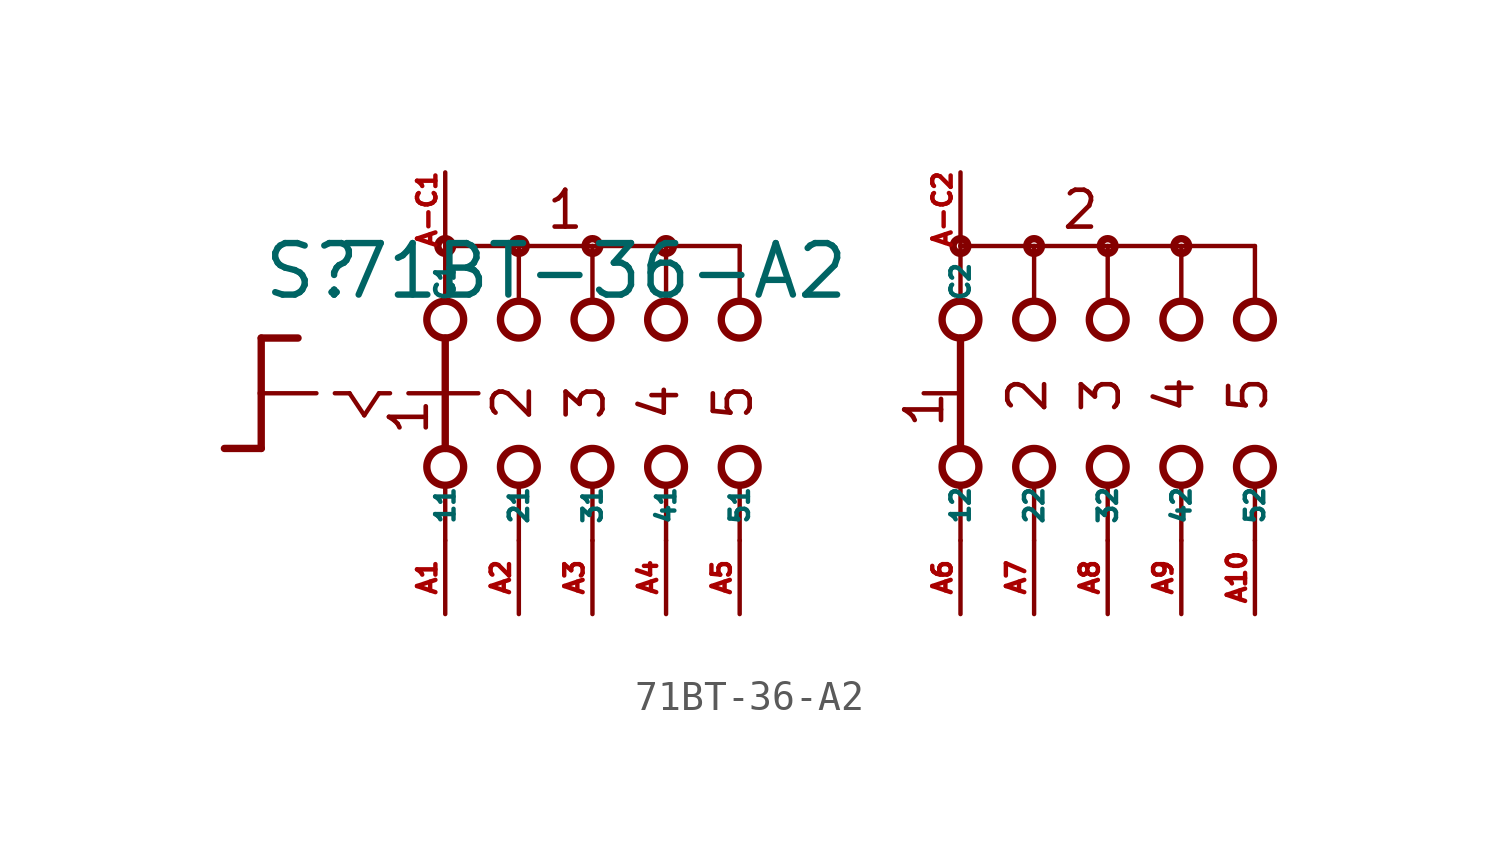
<source format=kicad_sym>
(kicad_symbol_lib
  (version 20220914)
  (generator Eagle2Kicad)
  (symbol "71BT-36-A2"
    (property "Reference" "S"
      (at -19.05 3.175 0)
      (effects (font (size 1.778 1.778) (thickness 0.22)) (justify left bottom)))
    (property "Value" "71BT-36-A2"
      (at -16.51 3.175 0)
      (effects (font (size 1.778 1.778) (thickness 0.22)) (justify left bottom)))
    (polyline
      (pts (xy -19.05 1.905) (xy -17.78 1.905))
      (stroke (width 0.254) (type default))
      (fill (type none)))
    (polyline
      (pts (xy -19.05 1.905) (xy -19.05 0))
      (stroke (width 0.254) (type default))
      (fill (type none)))
    (polyline
      (pts (xy -19.05 -1.905) (xy -20.32 -1.905))
      (stroke (width 0.254) (type default))
      (fill (type none)))
    (polyline
      (pts (xy -19.05 0) (xy -17.145 0))
      (stroke (width 0.152) (type default))
      (fill (type none)))
    (polyline
      (pts (xy -19.05 0) (xy -19.05 -1.905))
      (stroke (width 0.254) (type default))
      (fill (type none)))
    (polyline
      (pts (xy -16.51 0) (xy -16.002 0))
      (stroke (width 0.152) (type default))
      (fill (type none)))
    (polyline
      (pts (xy -14.986 0) (xy -14.605 0))
      (stroke (width 0.152) (type default))
      (fill (type none)))
    (polyline
      (pts (xy -16.002 0) (xy -15.494 -0.762))
      (stroke (width 0.152) (type default))
      (fill (type none)))
    (polyline
      (pts (xy -15.494 -0.762) (xy -14.986 0))
      (stroke (width 0.152) (type default))
      (fill (type none)))
    (polyline
      (pts (xy -10.16 3.175) (xy -10.16 5.08))
      (stroke (width 0.152) (type default))
      (fill (type none)))
    (polyline
      (pts (xy -7.62 3.175) (xy -7.62 5.08))
      (stroke (width 0.152) (type default))
      (fill (type none)))
    (polyline
      (pts (xy -5.08 3.175) (xy -5.08 5.08))
      (stroke (width 0.152) (type default))
      (fill (type none)))
    (polyline
      (pts (xy -7.62 5.08) (xy -10.16 5.08))
      (stroke (width 0.152) (type default))
      (fill (type none)))
    (polyline
      (pts (xy -7.62 5.08) (xy -5.08 5.08))
      (stroke (width 0.152) (type default))
      (fill (type none)))
    (polyline
      (pts (xy -2.54 3.175) (xy -2.54 5.08))
      (stroke (width 0.152) (type default))
      (fill (type none)))
    (polyline
      (pts (xy -5.08 5.08) (xy -2.54 5.08))
      (stroke (width 0.152) (type default))
      (fill (type none)))
    (polyline
      (pts (xy -12.7 5.08) (xy -12.7 3.175))
      (stroke (width 0.152) (type default))
      (fill (type none)))
    (polyline
      (pts (xy -10.16 5.08) (xy -12.7 5.08))
      (stroke (width 0.152) (type default))
      (fill (type none)))
    (polyline
      (pts (xy 5.08 3.175) (xy 5.08 5.08))
      (stroke (width 0.152) (type default))
      (fill (type none)))
    (polyline
      (pts (xy 5.08 -5.08) (xy 5.08 -3.175))
      (stroke (width 0.152) (type default))
      (fill (type none)))
    (polyline
      (pts (xy 7.62 3.175) (xy 7.62 5.08))
      (stroke (width 0.152) (type default))
      (fill (type none)))
    (polyline
      (pts (xy 10.16 3.175) (xy 10.16 5.08))
      (stroke (width 0.152) (type default))
      (fill (type none)))
    (polyline
      (pts (xy 12.7 3.175) (xy 12.7 5.08))
      (stroke (width 0.152) (type default))
      (fill (type none)))
    (polyline
      (pts (xy 15.24 3.175) (xy 15.24 5.08))
      (stroke (width 0.152) (type default))
      (fill (type none)))
    (polyline
      (pts (xy 5.08 5.08) (xy 7.62 5.08))
      (stroke (width 0.152) (type default))
      (fill (type none)))
    (polyline
      (pts (xy 7.62 5.08) (xy 10.16 5.08))
      (stroke (width 0.152) (type default))
      (fill (type none)))
    (polyline
      (pts (xy 10.16 5.08) (xy 12.7 5.08))
      (stroke (width 0.152) (type default))
      (fill (type none)))
    (polyline
      (pts (xy 12.7 5.08) (xy 15.24 5.08))
      (stroke (width 0.152) (type default))
      (fill (type none)))
    (polyline
      (pts (xy 7.62 -5.08) (xy 7.62 -3.175))
      (stroke (width 0.152) (type default))
      (fill (type none)))
    (polyline
      (pts (xy 10.16 -5.08) (xy 10.16 -3.175))
      (stroke (width 0.152) (type default))
      (fill (type none)))
    (polyline
      (pts (xy 12.7 -5.08) (xy 12.7 -3.175))
      (stroke (width 0.152) (type default))
      (fill (type none)))
    (polyline
      (pts (xy 15.24 -5.08) (xy 15.24 -3.175))
      (stroke (width 0.152) (type default))
      (fill (type none)))
    (polyline
      (pts (xy 5.08 1.905) (xy 5.08 -1.905))
      (stroke (width 0.254) (type default))
      (fill (type none)))
    (polyline
      (pts (xy 3.81 0) (xy 4.953 0))
      (stroke (width 0.152) (type default))
      (fill (type none)))
    (polyline
      (pts (xy -13.97 0) (xy -12.827 0))
      (stroke (width 0.152) (type default))
      (fill (type none)))
    (polyline
      (pts (xy -10.16 -5.08) (xy -10.16 -3.175))
      (stroke (width 0.152) (type default))
      (fill (type none)))
    (polyline
      (pts (xy -7.62 -5.08) (xy -7.62 -3.175))
      (stroke (width 0.152) (type default))
      (fill (type none)))
    (polyline
      (pts (xy -5.08 -5.08) (xy -5.08 -3.175))
      (stroke (width 0.152) (type default))
      (fill (type none)))
    (polyline
      (pts (xy -2.54 -5.08) (xy -2.54 -3.175))
      (stroke (width 0.152) (type default))
      (fill (type none)))
    (polyline
      (pts (xy -12.7 1.905) (xy -12.7 0))
      (stroke (width 0.254) (type default))
      (fill (type none)))
    (polyline
      (pts (xy -12.7 -3.175) (xy -12.7 -5.08))
      (stroke (width 0.152) (type default))
      (fill (type none)))
    (polyline
      (pts (xy -12.7 0) (xy -11.557 0))
      (stroke (width 0.152) (type default))
      (fill (type none)))
    (polyline
      (pts (xy -12.7 0) (xy -12.7 -1.905))
      (stroke (width 0.254) (type default))
      (fill (type none)))
    (text "2"
      (at 8.128 -0.762 900)
      (effects (font (size 1.27 1.27) (thickness 0.16)) (justify left bottom)))
    (text "3"
      (at 10.668 -0.762 900)
      (effects (font (size 1.27 1.27) (thickness 0.16)) (justify left bottom)))
    (text "4"
      (at 13.208 -0.762 900)
      (effects (font (size 1.27 1.27) (thickness 0.16)) (justify left bottom)))
    (text "5"
      (at 15.748 -0.762 900)
      (effects (font (size 1.27 1.27) (thickness 0.16)) (justify left bottom)))
    (text "1"
      (at 4.572 -1.27 900)
      (effects (font (size 1.27 1.27) (thickness 0.16)) (justify left bottom)))
    (text "1"
      (at -13.208 -1.524 900)
      (effects (font (size 1.27 1.27) (thickness 0.16)) (justify left bottom)))
    (text "2"
      (at -9.652 -1.016 900)
      (effects (font (size 1.27 1.27) (thickness 0.16)) (justify left bottom)))
    (text "3"
      (at -7.112 -1.016 900)
      (effects (font (size 1.27 1.27) (thickness 0.16)) (justify left bottom)))
    (text "4"
      (at -4.572 -1.016 900)
      (effects (font (size 1.27 1.27) (thickness 0.16)) (justify left bottom)))
    (text "5"
      (at -2.032 -1.016 900)
      (effects (font (size 1.27 1.27) (thickness 0.16)) (justify left bottom)))
    (text "1 "
      (at -9.271 5.588 0)
      (effects (font (size 1.27 1.27) (thickness 0.16)) (justify left bottom)))
    (text "2 "
      (at 8.509 5.588 0)
      (effects (font (size 1.27 1.27) (thickness 0.16)) (justify left bottom)))
    (circle
      (center -7.62 5.08)
      (radius 0.254)
      (stroke (width 0.254) (type default))
      (fill (type none)))
    (circle
      (center -5.08 5.08)
      (radius 0.254)
      (stroke (width 0.254) (type default))
      (fill (type none)))
    (circle
      (center -12.7 5.08)
      (radius 0.254)
      (stroke (width 0.254) (type default))
      (fill (type none)))
    (circle
      (center -10.16 5.08)
      (radius 0.254)
      (stroke (width 0.254) (type default))
      (fill (type none)))
    (circle
      (center -12.7 2.54)
      (radius 0.635)
      (stroke (width 0.254) (type default))
      (fill (type none)))
    (circle
      (center -10.16 2.54)
      (radius 0.635)
      (stroke (width 0.254) (type default))
      (fill (type none)))
    (circle
      (center -7.62 2.54)
      (radius 0.635)
      (stroke (width 0.254) (type default))
      (fill (type none)))
    (circle
      (center -5.08 2.54)
      (radius 0.635)
      (stroke (width 0.254) (type default))
      (fill (type none)))
    (circle
      (center -2.54 2.54)
      (radius 0.635)
      (stroke (width 0.254) (type default))
      (fill (type none)))
    (circle
      (center 5.08 5.08)
      (radius 0.254)
      (stroke (width 0.254) (type default))
      (fill (type none)))
    (circle
      (center 5.08 2.54)
      (radius 0.635)
      (stroke (width 0.254) (type default))
      (fill (type none)))
    (circle
      (center 5.08 -2.54)
      (radius 0.635)
      (stroke (width 0.254) (type default))
      (fill (type none)))
    (circle
      (center 7.62 2.54)
      (radius 0.635)
      (stroke (width 0.254) (type default))
      (fill (type none)))
    (circle
      (center 10.16 2.54)
      (radius 0.635)
      (stroke (width 0.254) (type default))
      (fill (type none)))
    (circle
      (center 12.7 2.54)
      (radius 0.635)
      (stroke (width 0.254) (type default))
      (fill (type none)))
    (circle
      (center 15.24 2.54)
      (radius 0.635)
      (stroke (width 0.254) (type default))
      (fill (type none)))
    (circle
      (center 7.62 5.08)
      (radius 0.254)
      (stroke (width 0.254) (type default))
      (fill (type none)))
    (circle
      (center 10.16 5.08)
      (radius 0.254)
      (stroke (width 0.254) (type default))
      (fill (type none)))
    (circle
      (center 12.7 5.08)
      (radius 0.254)
      (stroke (width 0.254) (type default))
      (fill (type none)))
    (circle
      (center 7.62 -2.54)
      (radius 0.635)
      (stroke (width 0.254) (type default))
      (fill (type none)))
    (circle
      (center 10.16 -2.54)
      (radius 0.635)
      (stroke (width 0.254) (type default))
      (fill (type none)))
    (circle
      (center 12.7 -2.54)
      (radius 0.635)
      (stroke (width 0.254) (type default))
      (fill (type none)))
    (circle
      (center 15.24 -2.54)
      (radius 0.635)
      (stroke (width 0.254) (type default))
      (fill (type none)))
    (circle
      (center -12.7 -2.54)
      (radius 0.635)
      (stroke (width 0.254) (type default))
      (fill (type none)))
    (circle
      (center -10.16 -2.54)
      (radius 0.635)
      (stroke (width 0.254) (type default))
      (fill (type none)))
    (circle
      (center -7.62 -2.54)
      (radius 0.635)
      (stroke (width 0.254) (type default))
      (fill (type none)))
    (circle
      (center -5.08 -2.54)
      (radius 0.635)
      (stroke (width 0.254) (type default))
      (fill (type none)))
    (circle
      (center -2.54 -2.54)
      (radius 0.635)
      (stroke (width 0.254) (type default))
      (fill (type none)))
    (pin passive line
      (at -12.7 -7.62 90)
      (length 2.54)
      (name "11" (effects (font (size 0.635 0.635) (thickness 0.08)) (justify left bottom)))
      (number "A1" (effects (font (size 0.635 0.635) (thickness 0.08)) (justify left bottom))))
    (pin passive line
      (at -12.7 7.62 270)
      (length 2.54)
      (name "C1" (effects (font (size 0.635 0.635) (thickness 0.08)) (justify left bottom)))
      (number "A-C1" (effects (font (size 0.635 0.635) (thickness 0.08)) (justify left bottom))))
    (pin passive line
      (at -10.16 -7.62 90)
      (length 2.54)
      (name "21" (effects (font (size 0.635 0.635) (thickness 0.08)) (justify left bottom)))
      (number "A2" (effects (font (size 0.635 0.635) (thickness 0.08)) (justify left bottom))))
    (pin passive line
      (at -7.62 -7.62 90)
      (length 2.54)
      (name "31" (effects (font (size 0.635 0.635) (thickness 0.08)) (justify left bottom)))
      (number "A3" (effects (font (size 0.635 0.635) (thickness 0.08)) (justify left bottom))))
    (pin passive line
      (at -5.08 -7.62 90)
      (length 2.54)
      (name "41" (effects (font (size 0.635 0.635) (thickness 0.08)) (justify left bottom)))
      (number "A4" (effects (font (size 0.635 0.635) (thickness 0.08)) (justify left bottom))))
    (pin passive line
      (at -2.54 -7.62 90)
      (length 2.54)
      (name "51" (effects (font (size 0.635 0.635) (thickness 0.08)) (justify left bottom)))
      (number "A5" (effects (font (size 0.635 0.635) (thickness 0.08)) (justify left bottom))))
    (pin passive line
      (at 5.08 -7.62 90)
      (length 2.54)
      (name "12" (effects (font (size 0.635 0.635) (thickness 0.08)) (justify left bottom)))
      (number "A6" (effects (font (size 0.635 0.635) (thickness 0.08)) (justify left bottom))))
    (pin passive line
      (at 7.62 -7.62 90)
      (length 2.54)
      (name "22" (effects (font (size 0.635 0.635) (thickness 0.08)) (justify left bottom)))
      (number "A7" (effects (font (size 0.635 0.635) (thickness 0.08)) (justify left bottom))))
    (pin passive line
      (at 10.16 -7.62 90)
      (length 2.54)
      (name "32" (effects (font (size 0.635 0.635) (thickness 0.08)) (justify left bottom)))
      (number "A8" (effects (font (size 0.635 0.635) (thickness 0.08)) (justify left bottom))))
    (pin passive line
      (at 12.7 -7.62 90)
      (length 2.54)
      (name "42" (effects (font (size 0.635 0.635) (thickness 0.08)) (justify left bottom)))
      (number "A9" (effects (font (size 0.635 0.635) (thickness 0.08)) (justify left bottom))))
    (pin passive line
      (at 15.24 -7.62 90)
      (length 2.54)
      (name "52" (effects (font (size 0.635 0.635) (thickness 0.08)) (justify left bottom)))
      (number "A10" (effects (font (size 0.635 0.635) (thickness 0.08)) (justify left bottom))))
    (pin passive line
      (at 5.08 7.62 270)
      (length 2.54)
      (name "C2" (effects (font (size 0.635 0.635) (thickness 0.08)) (justify left bottom)))
      (number "A-C2" (effects (font (size 0.635 0.635) (thickness 0.08)) (justify left bottom))))))
</source>
